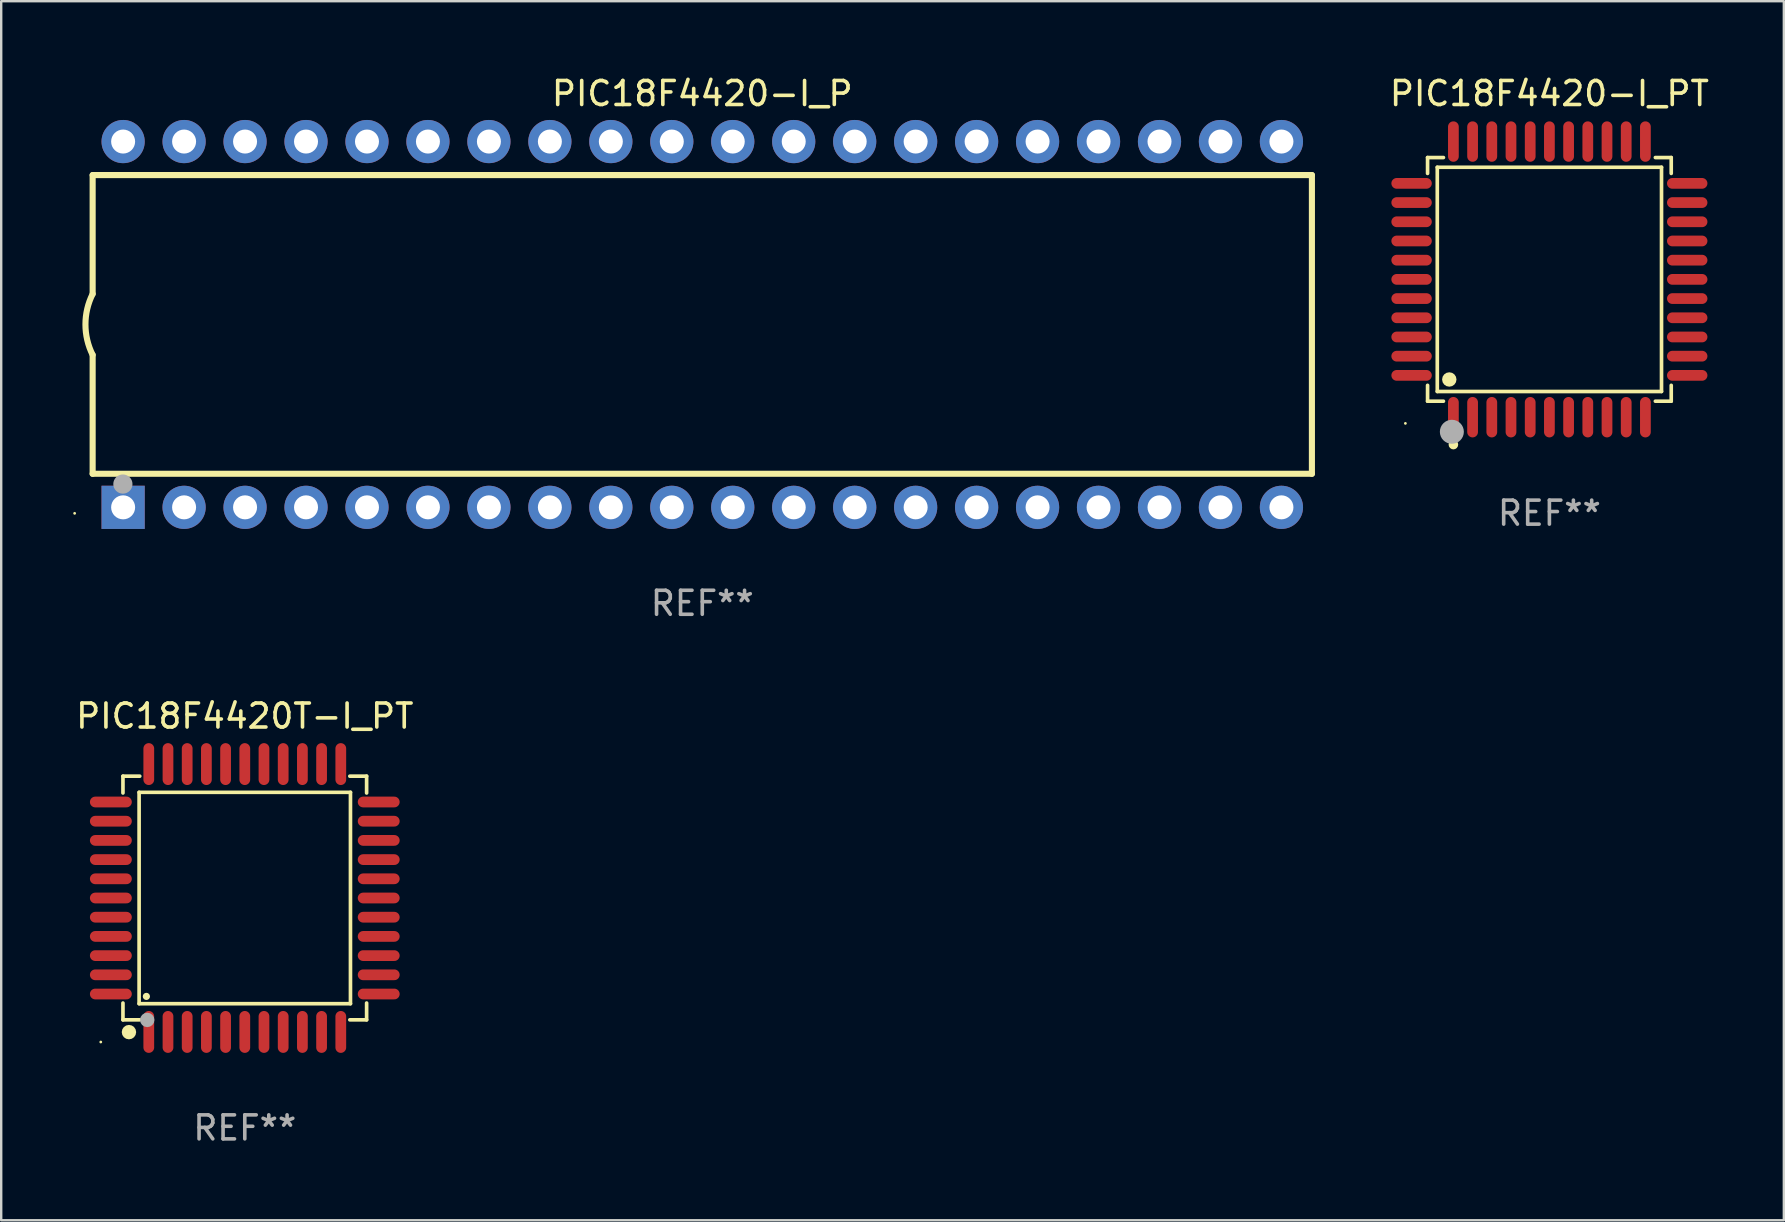
<source format=kicad_pcb>
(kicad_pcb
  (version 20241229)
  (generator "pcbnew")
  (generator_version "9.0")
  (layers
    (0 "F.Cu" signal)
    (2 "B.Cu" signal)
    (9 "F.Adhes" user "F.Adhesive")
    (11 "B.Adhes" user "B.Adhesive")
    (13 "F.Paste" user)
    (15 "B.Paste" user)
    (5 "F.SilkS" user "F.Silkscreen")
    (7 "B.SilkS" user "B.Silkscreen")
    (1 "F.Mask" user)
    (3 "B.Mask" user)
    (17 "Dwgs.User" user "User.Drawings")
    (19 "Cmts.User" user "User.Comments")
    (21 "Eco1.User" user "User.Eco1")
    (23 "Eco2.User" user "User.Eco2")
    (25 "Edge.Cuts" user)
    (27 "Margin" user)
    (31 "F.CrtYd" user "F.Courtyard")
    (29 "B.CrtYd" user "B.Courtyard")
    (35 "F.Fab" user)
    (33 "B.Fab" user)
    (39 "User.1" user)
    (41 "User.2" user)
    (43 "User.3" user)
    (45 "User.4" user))
  (footprint "PIC18F4420-I_P"
    (layer "F.Cu")
    (at 26.21 10.468)
    (property "Reference" "PIC18F4420-I_P" (at 0 -9.62 0) (layer "F.SilkS") (effects (font (size 1 1) (thickness 0.15))))
    (attr through_hole)
    (fp_line (start -25.4 -6.224) (end -25.4 -1.271) (stroke (width 0.254) (type solid)) (layer "F.SilkS"))
    (fp_line (start -25.4 -6.224) (end 25.4 -6.224) (stroke (width 0.254) (type solid)) (layer "F.SilkS"))
    (fp_line (start -25.4 1.269) (end -25.4 6.222) (stroke (width 0.254) (type solid)) (layer "F.SilkS"))
    (fp_line (start -25.4 6.222) (end 25.4 6.222) (stroke (width 0.254) (type solid)) (layer "F.SilkS"))
    (fp_line (start 25.4 6.222) (end 25.4 -6.224) (stroke (width 0.254) (type solid)) (layer "F.SilkS"))
    (fp_arc (start -25.4 1.269241) (mid -25.699807 -0.000762) (end -25.4 -1.270765) (stroke (width 0.254001) (type solid)) (layer "F.SilkS"))
    (fp_circle (center -26.15 7.87) (end -26.12 7.87) (stroke (width 0.06) (type solid)) (fill no) (layer "F.SilkS"))
    (fp_circle (center -24.14 6.65) (end -23.94 6.65) (stroke (width 0.4) (type solid)) (fill no) (layer "F.Fab"))
    (fp_text user "REF**" (at 0 11.62 0) (layer "F.Fab") (effects (font (size 1 1) (thickness 0.15))))
    (pad "1" thru_hole rect (at -24.13 7.62 90) (size 1.8 1.8) (drill 1) (layers "*.Cu" "*.Mask"))
    (pad "2" thru_hole circle (at -21.59 7.62) (size 1.8 1.8) (drill 1) (layers "*.Cu" "*.Mask"))
    (pad "3" thru_hole circle (at -19.05 7.62) (size 1.8 1.8) (drill 1) (layers "*.Cu" "*.Mask"))
    (pad "4" thru_hole circle (at -16.51 7.62) (size 1.8 1.8) (drill 1) (layers "*.Cu" "*.Mask"))
    (pad "5" thru_hole circle (at -13.97 7.62) (size 1.8 1.8) (drill 1) (layers "*.Cu" "*.Mask"))
    (pad "6" thru_hole circle (at -11.43 7.62) (size 1.8 1.8) (drill 1) (layers "*.Cu" "*.Mask"))
    (pad "7" thru_hole circle (at -8.89 7.62) (size 1.8 1.8) (drill 1) (layers "*.Cu" "*.Mask"))
    (pad "8" thru_hole circle (at -6.35 7.62) (size 1.8 1.8) (drill 1) (layers "*.Cu" "*.Mask"))
    (pad "9" thru_hole circle (at -3.81 7.62) (size 1.8 1.8) (drill 1) (layers "*.Cu" "*.Mask"))
    (pad "10" thru_hole circle (at -1.27 7.62) (size 1.8 1.8) (drill 1) (layers "*.Cu" "*.Mask"))
    (pad "11" thru_hole circle (at 1.27 7.62) (size 1.8 1.8) (drill 1) (layers "*.Cu" "*.Mask"))
    (pad "12" thru_hole circle (at 3.81 7.62) (size 1.8 1.8) (drill 1) (layers "*.Cu" "*.Mask"))
    (pad "13" thru_hole circle (at 6.35 7.62) (size 1.8 1.8) (drill 1) (layers "*.Cu" "*.Mask"))
    (pad "14" thru_hole circle (at 8.89 7.62) (size 1.8 1.8) (drill 1) (layers "*.Cu" "*.Mask"))
    (pad "15" thru_hole circle (at 11.43 7.62) (size 1.8 1.8) (drill 1) (layers "*.Cu" "*.Mask"))
    (pad "16" thru_hole circle (at 13.97 7.62) (size 1.8 1.8) (drill 1) (layers "*.Cu" "*.Mask"))
    (pad "17" thru_hole circle (at 16.51 7.62) (size 1.8 1.8) (drill 1) (layers "*.Cu" "*.Mask"))
    (pad "18" thru_hole circle (at 19.05 7.62) (size 1.8 1.8) (drill 1) (layers "*.Cu" "*.Mask"))
    (pad "19" thru_hole circle (at 21.59 7.62) (size 1.8 1.8) (drill 1) (layers "*.Cu" "*.Mask"))
    (pad "20" thru_hole circle (at 24.13 7.62) (size 1.8 1.8) (drill 1) (layers "*.Cu" "*.Mask"))
    (pad "21" thru_hole circle (at 24.13 -7.62) (size 1.8 1.8) (drill 1) (layers "*.Cu" "*.Mask"))
    (pad "22" thru_hole circle (at 21.59 -7.62) (size 1.8 1.8) (drill 1) (layers "*.Cu" "*.Mask"))
    (pad "23" thru_hole circle (at 19.05 -7.62) (size 1.8 1.8) (drill 1) (layers "*.Cu" "*.Mask"))
    (pad "24" thru_hole circle (at 16.51 -7.62) (size 1.8 1.8) (drill 1) (layers "*.Cu" "*.Mask"))
    (pad "25" thru_hole circle (at 13.97 -7.62) (size 1.8 1.8) (drill 1) (layers "*.Cu" "*.Mask"))
    (pad "26" thru_hole circle (at 11.43 -7.62) (size 1.8 1.8) (drill 1) (layers "*.Cu" "*.Mask"))
    (pad "27" thru_hole circle (at 8.89 -7.62) (size 1.8 1.8) (drill 1) (layers "*.Cu" "*.Mask"))
    (pad "28" thru_hole circle (at 6.35 -7.62) (size 1.8 1.8) (drill 1) (layers "*.Cu" "*.Mask"))
    (pad "29" thru_hole circle (at 3.81 -7.62) (size 1.8 1.8) (drill 1) (layers "*.Cu" "*.Mask"))
    (pad "30" thru_hole circle (at 1.27 -7.62) (size 1.8 1.8) (drill 1) (layers "*.Cu" "*.Mask"))
    (pad "31" thru_hole circle (at -1.27 -7.62) (size 1.8 1.8) (drill 1) (layers "*.Cu" "*.Mask"))
    (pad "32" thru_hole circle (at -3.81 -7.62) (size 1.8 1.8) (drill 1) (layers "*.Cu" "*.Mask"))
    (pad "33" thru_hole circle (at -6.35 -7.62) (size 1.8 1.8) (drill 1) (layers "*.Cu" "*.Mask"))
    (pad "34" thru_hole circle (at -8.89 -7.62) (size 1.8 1.8) (drill 1) (layers "*.Cu" "*.Mask"))
    (pad "35" thru_hole circle (at -11.43 -7.62) (size 1.8 1.8) (drill 1) (layers "*.Cu" "*.Mask"))
    (pad "36" thru_hole circle (at -13.97 -7.62) (size 1.8 1.8) (drill 1) (layers "*.Cu" "*.Mask"))
    (pad "37" thru_hole circle (at -16.51 -7.62) (size 1.8 1.8) (drill 1) (layers "*.Cu" "*.Mask"))
    (pad "38" thru_hole circle (at -19.05 -7.62) (size 1.8 1.8) (drill 1) (layers "*.Cu" "*.Mask"))
    (pad "39" thru_hole circle (at -21.59 -7.62) (size 1.8 1.8) (drill 1) (layers "*.Cu" "*.Mask"))
    (pad "40" thru_hole circle (at -24.13 -7.62) (size 1.8 1.8) (drill 1) (layers "*.Cu" "*.Mask")))
  (footprint "PIC18F4420-I_PT"
    (layer "F.Cu")
    (at 61.505 8.59)
    (property "Reference" "PIC18F4420-I_PT" (at 0 -7.742 0) (layer "F.SilkS") (effects (font (size 1 1) (thickness 0.15))))
    (attr through_hole)
    (fp_line (start -5.076 -5.076) (end -4.415 -5.076) (stroke (width 0.152) (type solid)) (layer "F.SilkS"))
    (fp_line (start -5.076 -4.415) (end -5.076 -5.076) (stroke (width 0.152) (type solid)) (layer "F.SilkS"))
    (fp_line (start -5.076 4.415) (end -5.076 5.076) (stroke (width 0.152) (type solid)) (layer "F.SilkS"))
    (fp_line (start -5.076 5.076) (end -4.415 5.076) (stroke (width 0.152) (type solid)) (layer "F.SilkS"))
    (fp_line (start -4.671 -4.671) (end 4.671 -4.671) (stroke (width 0.152) (type solid)) (layer "F.SilkS"))
    (fp_line (start -4.671 4.671) (end -4.671 -4.671) (stroke (width 0.152) (type solid)) (layer "F.SilkS"))
    (fp_line (start 4.671 -4.671) (end 4.671 4.671) (stroke (width 0.152) (type solid)) (layer "F.SilkS"))
    (fp_line (start 4.671 4.671) (end -4.671 4.671) (stroke (width 0.152) (type solid)) (layer "F.SilkS"))
    (fp_line (start 5.076 -5.076) (end 4.415 -5.076) (stroke (width 0.152) (type solid)) (layer "F.SilkS"))
    (fp_line (start 5.076 -4.415) (end 5.076 -5.076) (stroke (width 0.152) (type solid)) (layer "F.SilkS"))
    (fp_line (start 5.076 4.415) (end 5.076 5.076) (stroke (width 0.152) (type solid)) (layer "F.SilkS"))
    (fp_line (start 5.076 5.076) (end 4.415 5.076) (stroke (width 0.152) (type solid)) (layer "F.SilkS"))
    (fp_circle (center -6 6) (end -5.97 6) (stroke (width 0.06) (type solid)) (fill no) (layer "F.SilkS"))
    (fp_circle (center -4.171 4.171) (end -4.021 4.171) (stroke (width 0.3) (type solid)) (fill no) (layer "F.SilkS"))
    (fp_circle (center -4 6.884) (end -3.9 6.884) (stroke (width 0.2) (type solid)) (fill no) (layer "F.SilkS"))
    (fp_circle (center -4.064 6.35) (end -3.814 6.35) (stroke (width 0.5) (type solid)) (fill no) (layer "F.Fab"))
    (fp_text user "REF**" (at 0 9.742 0) (layer "F.Fab") (effects (font (size 1 1) (thickness 0.15))))
    (pad "1" smd oval (at -4 5.742) (size 0.448 1.684) (layers "F.Cu" "F.Mask" "F.Paste"))
    (pad "2" smd oval (at -3.2 5.742) (size 0.448 1.684) (layers "F.Cu" "F.Mask" "F.Paste"))
    (pad "3" smd oval (at -2.4 5.742) (size 0.448 1.684) (layers "F.Cu" "F.Mask" "F.Paste"))
    (pad "4" smd oval (at -1.6 5.742) (size 0.448 1.684) (layers "F.Cu" "F.Mask" "F.Paste"))
    (pad "5" smd oval (at -0.8 5.742) (size 0.448 1.684) (layers "F.Cu" "F.Mask" "F.Paste"))
    (pad "6" smd oval (at 0 5.742) (size 0.448 1.684) (layers "F.Cu" "F.Mask" "F.Paste"))
    (pad "7" smd oval (at 0.8 5.742) (size 0.448 1.684) (layers "F.Cu" "F.Mask" "F.Paste"))
    (pad "8" smd oval (at 1.6 5.742) (size 0.448 1.684) (layers "F.Cu" "F.Mask" "F.Paste"))
    (pad "9" smd oval (at 2.4 5.742) (size 0.448 1.684) (layers "F.Cu" "F.Mask" "F.Paste"))
    (pad "10" smd oval (at 3.2 5.742) (size 0.448 1.684) (layers "F.Cu" "F.Mask" "F.Paste"))
    (pad "11" smd oval (at 4 5.742) (size 0.448 1.684) (layers "F.Cu" "F.Mask" "F.Paste"))
    (pad "12" smd oval (at 5.742 4) (size 1.684 0.448) (layers "F.Cu" "F.Mask" "F.Paste"))
    (pad "13" smd oval (at 5.742 3.2) (size 1.684 0.448) (layers "F.Cu" "F.Mask" "F.Paste"))
    (pad "14" smd oval (at 5.742 2.4) (size 1.684 0.448) (layers "F.Cu" "F.Mask" "F.Paste"))
    (pad "15" smd oval (at 5.742 1.6) (size 1.684 0.448) (layers "F.Cu" "F.Mask" "F.Paste"))
    (pad "16" smd oval (at 5.742 0.8) (size 1.684 0.448) (layers "F.Cu" "F.Mask" "F.Paste"))
    (pad "17" smd oval (at 5.742 0) (size 1.684 0.448) (layers "F.Cu" "F.Mask" "F.Paste"))
    (pad "18" smd oval (at 5.742 -0.8) (size 1.684 0.448) (layers "F.Cu" "F.Mask" "F.Paste"))
    (pad "19" smd oval (at 5.742 -1.6) (size 1.684 0.448) (layers "F.Cu" "F.Mask" "F.Paste"))
    (pad "20" smd oval (at 5.742 -2.4) (size 1.684 0.448) (layers "F.Cu" "F.Mask" "F.Paste"))
    (pad "21" smd oval (at 5.742 -3.2) (size 1.684 0.448) (layers "F.Cu" "F.Mask" "F.Paste"))
    (pad "22" smd oval (at 5.742 -4) (size 1.684 0.448) (layers "F.Cu" "F.Mask" "F.Paste"))
    (pad "23" smd oval (at 4 -5.742) (size 0.448 1.684) (layers "F.Cu" "F.Mask" "F.Paste"))
    (pad "24" smd oval (at 3.2 -5.742) (size 0.448 1.684) (layers "F.Cu" "F.Mask" "F.Paste"))
    (pad "25" smd oval (at 2.4 -5.742) (size 0.448 1.684) (layers "F.Cu" "F.Mask" "F.Paste"))
    (pad "26" smd oval (at 1.6 -5.742) (size 0.448 1.684) (layers "F.Cu" "F.Mask" "F.Paste"))
    (pad "27" smd oval (at 0.8 -5.742) (size 0.448 1.684) (layers "F.Cu" "F.Mask" "F.Paste"))
    (pad "28" smd oval (at 0 -5.742) (size 0.448 1.684) (layers "F.Cu" "F.Mask" "F.Paste"))
    (pad "29" smd oval (at -0.8 -5.742) (size 0.448 1.684) (layers "F.Cu" "F.Mask" "F.Paste"))
    (pad "30" smd oval (at -1.6 -5.742) (size 0.448 1.684) (layers "F.Cu" "F.Mask" "F.Paste"))
    (pad "31" smd oval (at -2.4 -5.742) (size 0.448 1.684) (layers "F.Cu" "F.Mask" "F.Paste"))
    (pad "32" smd oval (at -3.2 -5.742) (size 0.448 1.684) (layers "F.Cu" "F.Mask" "F.Paste"))
    (pad "33" smd oval (at -4 -5.742) (size 0.448 1.684) (layers "F.Cu" "F.Mask" "F.Paste"))
    (pad "34" smd oval (at -5.742 -4) (size 1.684 0.448) (layers "F.Cu" "F.Mask" "F.Paste"))
    (pad "35" smd oval (at -5.742 -3.2) (size 1.684 0.448) (layers "F.Cu" "F.Mask" "F.Paste"))
    (pad "36" smd oval (at -5.742 -2.4) (size 1.684 0.448) (layers "F.Cu" "F.Mask" "F.Paste"))
    (pad "37" smd oval (at -5.742 -1.6) (size 1.684 0.448) (layers "F.Cu" "F.Mask" "F.Paste"))
    (pad "38" smd oval (at -5.742 -0.8) (size 1.684 0.448) (layers "F.Cu" "F.Mask" "F.Paste"))
    (pad "39" smd oval (at -5.742 0) (size 1.684 0.448) (layers "F.Cu" "F.Mask" "F.Paste"))
    (pad "40" smd oval (at -5.742 0.8) (size 1.684 0.448) (layers "F.Cu" "F.Mask" "F.Paste"))
    (pad "41" smd oval (at -5.742 1.6) (size 1.684 0.448) (layers "F.Cu" "F.Mask" "F.Paste"))
    (pad "42" smd oval (at -5.742 2.4) (size 1.684 0.448) (layers "F.Cu" "F.Mask" "F.Paste"))
    (pad "43" smd oval (at -5.742 3.2) (size 1.684 0.448) (layers "F.Cu" "F.Mask" "F.Paste"))
    (pad "44" smd oval (at -5.742 4) (size 1.684 0.448) (layers "F.Cu" "F.Mask" "F.Paste")))
  (footprint "PIC18F4420T-I_PT"
    (layer "F.Cu")
    (at 7.149 34.365)
    (property "Reference" "PIC18F4420T-I_PT" (at 0 -7.58 0) (layer "F.SilkS") (effects (font (size 1 1) (thickness 0.15))))
    (attr through_hole)
    (fp_line (start -5.076 -5.076) (end -5.076 -4.376) (stroke (width 0.152) (type solid)) (layer "F.SilkS"))
    (fp_line (start -5.076 5.076) (end -5.076 4.376) (stroke (width 0.152) (type solid)) (layer "F.SilkS"))
    (fp_line (start -4.403 -4.403) (end 4.403 -4.403) (stroke (width 0.152) (type solid)) (layer "F.SilkS"))
    (fp_line (start -4.403 4.403) (end -4.403 -4.403) (stroke (width 0.152) (type solid)) (layer "F.SilkS"))
    (fp_line (start -4.376 -5.076) (end -5.076 -5.076) (stroke (width 0.152) (type solid)) (layer "F.SilkS"))
    (fp_line (start -4.376 5.076) (end -5.076 5.076) (stroke (width 0.152) (type solid)) (layer "F.SilkS"))
    (fp_line (start 4.376 -5.076) (end 5.076 -5.076) (stroke (width 0.152) (type solid)) (layer "F.SilkS"))
    (fp_line (start 4.376 5.076) (end 5.076 5.076) (stroke (width 0.152) (type solid)) (layer "F.SilkS"))
    (fp_line (start 4.403 -4.403) (end 4.403 4.403) (stroke (width 0.152) (type solid)) (layer "F.SilkS"))
    (fp_line (start 4.403 4.403) (end -4.403 4.403) (stroke (width 0.152) (type solid)) (layer "F.SilkS"))
    (fp_line (start 5.076 -5.076) (end 5.076 -4.376) (stroke (width 0.152) (type solid)) (layer "F.SilkS"))
    (fp_line (start 5.076 5.076) (end 5.076 4.376) (stroke (width 0.152) (type solid)) (layer "F.SilkS"))
    (fp_circle (center -6 6) (end -5.97 6) (stroke (width 0.06) (type solid)) (fill no) (layer "F.SilkS"))
    (fp_circle (center -4.826 5.588) (end -4.676 5.588) (stroke (width 0.3) (type solid)) (fill no) (layer "F.SilkS"))
    (fp_circle (center -4.1 4.1) (end -4.025 4.1) (stroke (width 0.15) (type solid)) (fill no) (layer "F.SilkS"))
    (fp_circle (center -4.064 5.08) (end -3.914 5.08) (stroke (width 0.3) (type solid)) (fill no) (layer "F.Fab"))
    (fp_text user "REF**" (at 0 9.58 0) (layer "F.Fab") (effects (font (size 1 1) (thickness 0.15))))
    (pad "1" smd oval (at -4 5.58) (size 0.448 1.745) (layers "F.Cu" "F.Mask" "F.Paste"))
    (pad "2" smd oval (at -3.2 5.58) (size 0.448 1.745) (layers "F.Cu" "F.Mask" "F.Paste"))
    (pad "3" smd oval (at -2.4 5.58) (size 0.448 1.745) (layers "F.Cu" "F.Mask" "F.Paste"))
    (pad "4" smd oval (at -1.6 5.58) (size 0.448 1.745) (layers "F.Cu" "F.Mask" "F.Paste"))
    (pad "5" smd oval (at -0.8 5.58) (size 0.448 1.745) (layers "F.Cu" "F.Mask" "F.Paste"))
    (pad "6" smd oval (at 0 5.58) (size 0.448 1.745) (layers "F.Cu" "F.Mask" "F.Paste"))
    (pad "7" smd oval (at 0.8 5.58) (size 0.448 1.745) (layers "F.Cu" "F.Mask" "F.Paste"))
    (pad "8" smd oval (at 1.6 5.58) (size 0.448 1.745) (layers "F.Cu" "F.Mask" "F.Paste"))
    (pad "9" smd oval (at 2.4 5.58) (size 0.448 1.745) (layers "F.Cu" "F.Mask" "F.Paste"))
    (pad "10" smd oval (at 3.2 5.58) (size 0.448 1.745) (layers "F.Cu" "F.Mask" "F.Paste"))
    (pad "11" smd oval (at 4 5.58) (size 0.448 1.745) (layers "F.Cu" "F.Mask" "F.Paste"))
    (pad "12" smd oval (at 5.58 4) (size 1.745 0.448) (layers "F.Cu" "F.Mask" "F.Paste"))
    (pad "13" smd oval (at 5.58 3.2) (size 1.745 0.448) (layers "F.Cu" "F.Mask" "F.Paste"))
    (pad "14" smd oval (at 5.58 2.4) (size 1.745 0.448) (layers "F.Cu" "F.Mask" "F.Paste"))
    (pad "15" smd oval (at 5.58 1.6) (size 1.745 0.448) (layers "F.Cu" "F.Mask" "F.Paste"))
    (pad "16" smd oval (at 5.58 0.8) (size 1.745 0.448) (layers "F.Cu" "F.Mask" "F.Paste"))
    (pad "17" smd oval (at 5.58 0) (size 1.745 0.448) (layers "F.Cu" "F.Mask" "F.Paste"))
    (pad "18" smd oval (at 5.58 -0.8) (size 1.745 0.448) (layers "F.Cu" "F.Mask" "F.Paste"))
    (pad "19" smd oval (at 5.58 -1.6) (size 1.745 0.448) (layers "F.Cu" "F.Mask" "F.Paste"))
    (pad "20" smd oval (at 5.58 -2.4) (size 1.745 0.448) (layers "F.Cu" "F.Mask" "F.Paste"))
    (pad "21" smd oval (at 5.58 -3.2) (size 1.745 0.448) (layers "F.Cu" "F.Mask" "F.Paste"))
    (pad "22" smd oval (at 5.58 -4) (size 1.745 0.448) (layers "F.Cu" "F.Mask" "F.Paste"))
    (pad "23" smd oval (at 4 -5.58) (size 0.448 1.745) (layers "F.Cu" "F.Mask" "F.Paste"))
    (pad "24" smd oval (at 3.2 -5.58) (size 0.448 1.745) (layers "F.Cu" "F.Mask" "F.Paste"))
    (pad "25" smd oval (at 2.4 -5.58) (size 0.448 1.745) (layers "F.Cu" "F.Mask" "F.Paste"))
    (pad "26" smd oval (at 1.6 -5.58) (size 0.448 1.745) (layers "F.Cu" "F.Mask" "F.Paste"))
    (pad "27" smd oval (at 0.8 -5.58) (size 0.448 1.745) (layers "F.Cu" "F.Mask" "F.Paste"))
    (pad "28" smd oval (at 0 -5.58) (size 0.448 1.745) (layers "F.Cu" "F.Mask" "F.Paste"))
    (pad "29" smd oval (at -0.8 -5.58) (size 0.448 1.745) (layers "F.Cu" "F.Mask" "F.Paste"))
    (pad "30" smd oval (at -1.6 -5.58) (size 0.448 1.745) (layers "F.Cu" "F.Mask" "F.Paste"))
    (pad "31" smd oval (at -2.4 -5.58) (size 0.448 1.745) (layers "F.Cu" "F.Mask" "F.Paste"))
    (pad "32" smd oval (at -3.2 -5.58) (size 0.448 1.745) (layers "F.Cu" "F.Mask" "F.Paste"))
    (pad "33" smd oval (at -4 -5.58) (size 0.448 1.745) (layers "F.Cu" "F.Mask" "F.Paste"))
    (pad "34" smd oval (at -5.58 -4) (size 1.745 0.448) (layers "F.Cu" "F.Mask" "F.Paste"))
    (pad "35" smd oval (at -5.58 -3.2) (size 1.745 0.448) (layers "F.Cu" "F.Mask" "F.Paste"))
    (pad "36" smd oval (at -5.58 -2.4) (size 1.745 0.448) (layers "F.Cu" "F.Mask" "F.Paste"))
    (pad "37" smd oval (at -5.58 -1.6) (size 1.745 0.448) (layers "F.Cu" "F.Mask" "F.Paste"))
    (pad "38" smd oval (at -5.58 -0.8) (size 1.745 0.448) (layers "F.Cu" "F.Mask" "F.Paste"))
    (pad "39" smd oval (at -5.58 0) (size 1.745 0.448) (layers "F.Cu" "F.Mask" "F.Paste"))
    (pad "40" smd oval (at -5.58 0.8) (size 1.745 0.448) (layers "F.Cu" "F.Mask" "F.Paste"))
    (pad "41" smd oval (at -5.58 1.6) (size 1.745 0.448) (layers "F.Cu" "F.Mask" "F.Paste"))
    (pad "42" smd oval (at -5.58 2.4) (size 1.745 0.448) (layers "F.Cu" "F.Mask" "F.Paste"))
    (pad "43" smd oval (at -5.58 3.2) (size 1.745 0.448) (layers "F.Cu" "F.Mask" "F.Paste"))
    (pad "44" smd oval (at -5.58 4) (size 1.745 0.448) (layers "F.Cu" "F.Mask" "F.Paste")))
  (gr_rect
    (start -3 -3)
    (end 71.273 47.793)
    (stroke (width 0.1) (type default))
    (fill no)
    (layer "Edge.Cuts")))
</source>
